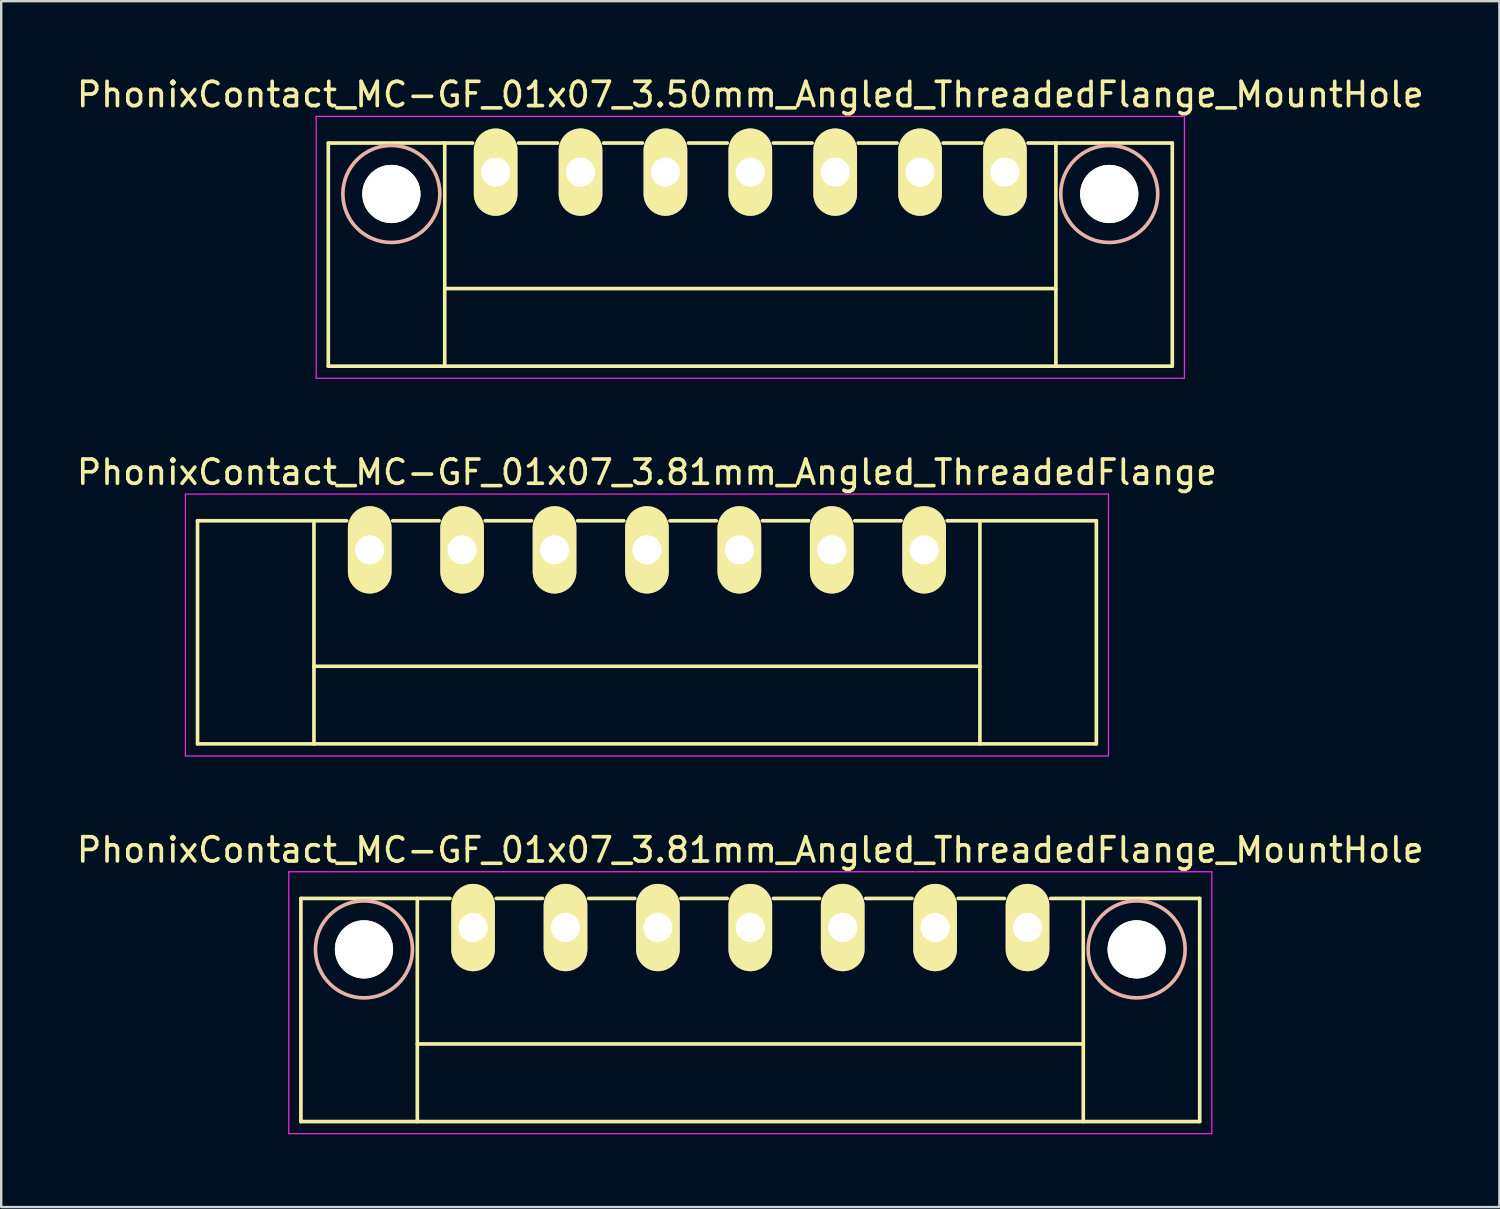
<source format=kicad_pcb>
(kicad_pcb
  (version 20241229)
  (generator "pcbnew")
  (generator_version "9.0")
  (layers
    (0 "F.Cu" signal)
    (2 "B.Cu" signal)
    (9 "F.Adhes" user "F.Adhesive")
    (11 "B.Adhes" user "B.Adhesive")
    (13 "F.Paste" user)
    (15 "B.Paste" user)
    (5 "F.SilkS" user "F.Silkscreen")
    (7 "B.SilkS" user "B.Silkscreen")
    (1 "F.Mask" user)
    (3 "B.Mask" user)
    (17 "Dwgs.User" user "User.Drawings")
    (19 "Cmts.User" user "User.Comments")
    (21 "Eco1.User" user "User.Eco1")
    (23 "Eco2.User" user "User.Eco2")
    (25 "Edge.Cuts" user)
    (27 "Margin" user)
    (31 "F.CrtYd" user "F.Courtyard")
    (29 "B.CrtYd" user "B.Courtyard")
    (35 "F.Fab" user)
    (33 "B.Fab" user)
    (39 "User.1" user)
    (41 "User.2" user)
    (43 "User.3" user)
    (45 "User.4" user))
  (footprint "PhonixContact_MC-GF_01x07_3.81mm_Angled_ThreadedFlange_MountHole"
    (layer "F.Cu")
    (at 16.457 35.195)
    (property "Reference" "PhonixContact_MC-GF_01x07_3.81mm_Angled_ThreadedFlange_MountHole" (at 11.43 -3.2 0) (layer "F.SilkS") (effects (font (size 1 1) (thickness 0.15))))
    (attr through_hole)
    (fp_line (start -7.1 -1.2) (end -7.1 8) (stroke (width 0.15) (type solid)) (layer "F.SilkS"))
    (fp_line (start -7.1 -1.2) (end -0.95 -1.2) (stroke (width 0.15) (type solid)) (layer "F.SilkS"))
    (fp_line (start -7.1 8) (end 29.96 8) (stroke (width 0.15) (type solid)) (layer "F.SilkS"))
    (fp_line (start -2.3 -1.2) (end -2.3 8) (stroke (width 0.15) (type solid)) (layer "F.SilkS"))
    (fp_line (start -2.3 4.8) (end 25.16 4.8) (stroke (width 0.15) (type solid)) (layer "F.SilkS"))
    (fp_line (start 0.95 -1.2) (end 2.86 -1.2) (stroke (width 0.15) (type solid)) (layer "F.SilkS"))
    (fp_line (start 4.76 -1.2) (end 6.67 -1.2) (stroke (width 0.15) (type solid)) (layer "F.SilkS"))
    (fp_line (start 8.57 -1.2) (end 10.48 -1.2) (stroke (width 0.15) (type solid)) (layer "F.SilkS"))
    (fp_line (start 12.38 -1.2) (end 14.29 -1.2) (stroke (width 0.15) (type solid)) (layer "F.SilkS"))
    (fp_line (start 16.19 -1.2) (end 18.1 -1.2) (stroke (width 0.15) (type solid)) (layer "F.SilkS"))
    (fp_line (start 20 -1.2) (end 21.91 -1.2) (stroke (width 0.15) (type solid)) (layer "F.SilkS"))
    (fp_line (start 25.16 -1.2) (end 25.16 8) (stroke (width 0.15) (type solid)) (layer "F.SilkS"))
    (fp_line (start 29.96 -1.2) (end 23.81 -1.2) (stroke (width 0.15) (type solid)) (layer "F.SilkS"))
    (fp_line (start 29.96 8) (end 29.96 -1.2) (stroke (width 0.15) (type solid)) (layer "F.SilkS"))
    (fp_circle (center -4.5 0.9) (end -2.5 0.9) (stroke (width 0.15) (type solid)) (fill no) (layer "B.SilkS"))
    (fp_circle (center 27.36 0.9) (end 29.36 0.9) (stroke (width 0.15) (type solid)) (fill no) (layer "B.SilkS"))
    (fp_line (start -7.6 -2.3) (end -7.6 8.5) (stroke (width 0.05) (type solid)) (layer "F.CrtYd"))
    (fp_line (start -7.6 8.5) (end 30.46 8.5) (stroke (width 0.05) (type solid)) (layer "F.CrtYd"))
    (fp_line (start 30.46 -2.3) (end -7.6 -2.3) (stroke (width 0.05) (type solid)) (layer "F.CrtYd"))
    (fp_line (start 30.46 8.5) (end 30.46 -2.3) (stroke (width 0.05) (type solid)) (layer "F.CrtYd"))
    (pad "" np_thru_hole circle (at -4.5 0.9) (size 2.4 2.4) (drill 2.4) (layers "*.Cu" "*.Mask" "F.SilkS"))
    (pad "" np_thru_hole circle (at 27.36 0.9) (size 2.4 2.4) (drill 2.4) (layers "*.Cu" "*.Mask" "F.SilkS"))
    (pad "1" thru_hole oval (at 0 0) (size 1.8 3.6) (drill 1.2) (layers "*.Cu" "*.Mask" "F.SilkS"))
    (pad "2" thru_hole oval (at 3.81 0) (size 1.8 3.6) (drill 1.2) (layers "*.Cu" "*.Mask" "F.SilkS"))
    (pad "3" thru_hole oval (at 7.62 0) (size 1.8 3.6) (drill 1.2) (layers "*.Cu" "*.Mask" "F.SilkS"))
    (pad "4" thru_hole oval (at 11.43 0) (size 1.8 3.6) (drill 1.2) (layers "*.Cu" "*.Mask" "F.SilkS"))
    (pad "5" thru_hole oval (at 15.24 0) (size 1.8 3.6) (drill 1.2) (layers "*.Cu" "*.Mask" "F.SilkS"))
    (pad "6" thru_hole oval (at 19.05 0) (size 1.8 3.6) (drill 1.2) (layers "*.Cu" "*.Mask" "F.SilkS"))
    (pad "7" thru_hole oval (at 22.86 0) (size 1.8 3.6) (drill 1.2) (layers "*.Cu" "*.Mask" "F.SilkS")))
  (footprint "PhonixContact_MC-GF_01x07_3.81mm_Angled_ThreadedFlange"
    (layer "F.Cu")
    (at 12.195 19.622)
    (property "Reference" "PhonixContact_MC-GF_01x07_3.81mm_Angled_ThreadedFlange" (at 11.43 -3.2 0) (layer "F.SilkS") (effects (font (size 1 1) (thickness 0.15))))
    (attr through_hole)
    (fp_line (start -7.1 -1.2) (end -7.1 8) (stroke (width 0.15) (type solid)) (layer "F.SilkS"))
    (fp_line (start -7.1 -1.2) (end -0.95 -1.2) (stroke (width 0.15) (type solid)) (layer "F.SilkS"))
    (fp_line (start -7.1 8) (end 29.96 8) (stroke (width 0.15) (type solid)) (layer "F.SilkS"))
    (fp_line (start -2.3 -1.2) (end -2.3 8) (stroke (width 0.15) (type solid)) (layer "F.SilkS"))
    (fp_line (start -2.3 4.8) (end 25.16 4.8) (stroke (width 0.15) (type solid)) (layer "F.SilkS"))
    (fp_line (start 0.95 -1.2) (end 2.86 -1.2) (stroke (width 0.15) (type solid)) (layer "F.SilkS"))
    (fp_line (start 4.76 -1.2) (end 6.67 -1.2) (stroke (width 0.15) (type solid)) (layer "F.SilkS"))
    (fp_line (start 8.57 -1.2) (end 10.48 -1.2) (stroke (width 0.15) (type solid)) (layer "F.SilkS"))
    (fp_line (start 12.38 -1.2) (end 14.29 -1.2) (stroke (width 0.15) (type solid)) (layer "F.SilkS"))
    (fp_line (start 16.19 -1.2) (end 18.1 -1.2) (stroke (width 0.15) (type solid)) (layer "F.SilkS"))
    (fp_line (start 20 -1.2) (end 21.91 -1.2) (stroke (width 0.15) (type solid)) (layer "F.SilkS"))
    (fp_line (start 25.16 -1.2) (end 25.16 8) (stroke (width 0.15) (type solid)) (layer "F.SilkS"))
    (fp_line (start 29.96 -1.2) (end 23.81 -1.2) (stroke (width 0.15) (type solid)) (layer "F.SilkS"))
    (fp_line (start 29.96 8) (end 29.96 -1.2) (stroke (width 0.15) (type solid)) (layer "F.SilkS"))
    (fp_line (start -7.6 -2.3) (end -7.6 8.5) (stroke (width 0.05) (type solid)) (layer "F.CrtYd"))
    (fp_line (start -7.6 8.5) (end 30.46 8.5) (stroke (width 0.05) (type solid)) (layer "F.CrtYd"))
    (fp_line (start 30.46 -2.3) (end -7.6 -2.3) (stroke (width 0.05) (type solid)) (layer "F.CrtYd"))
    (fp_line (start 30.46 8.5) (end 30.46 -2.3) (stroke (width 0.05) (type solid)) (layer "F.CrtYd"))
    (pad "1" thru_hole oval (at 0 0) (size 1.8 3.6) (drill 1.2) (layers "*.Cu" "*.Mask" "F.SilkS"))
    (pad "2" thru_hole oval (at 3.81 0) (size 1.8 3.6) (drill 1.2) (layers "*.Cu" "*.Mask" "F.SilkS"))
    (pad "3" thru_hole oval (at 7.62 0) (size 1.8 3.6) (drill 1.2) (layers "*.Cu" "*.Mask" "F.SilkS"))
    (pad "4" thru_hole oval (at 11.43 0) (size 1.8 3.6) (drill 1.2) (layers "*.Cu" "*.Mask" "F.SilkS"))
    (pad "5" thru_hole oval (at 15.24 0) (size 1.8 3.6) (drill 1.2) (layers "*.Cu" "*.Mask" "F.SilkS"))
    (pad "6" thru_hole oval (at 19.05 0) (size 1.8 3.6) (drill 1.2) (layers "*.Cu" "*.Mask" "F.SilkS"))
    (pad "7" thru_hole oval (at 22.86 0) (size 1.8 3.6) (drill 1.2) (layers "*.Cu" "*.Mask" "F.SilkS")))
  (footprint "PhonixContact_MC-GF_01x07_3.50mm_Angled_ThreadedFlange_MountHole"
    (layer "F.Cu")
    (at 17.387 4.048)
    (property "Reference" "PhonixContact_MC-GF_01x07_3.50mm_Angled_ThreadedFlange_MountHole" (at 10.5 -3.2 0) (layer "F.SilkS") (effects (font (size 1 1) (thickness 0.15))))
    (attr through_hole)
    (fp_line (start -6.9 -1.2) (end -6.9 8) (stroke (width 0.15) (type solid)) (layer "F.SilkS"))
    (fp_line (start -6.9 -1.2) (end -0.95 -1.2) (stroke (width 0.15) (type solid)) (layer "F.SilkS"))
    (fp_line (start -6.9 8) (end 27.9 8) (stroke (width 0.15) (type solid)) (layer "F.SilkS"))
    (fp_line (start -2.1 -1.2) (end -2.1 8) (stroke (width 0.15) (type solid)) (layer "F.SilkS"))
    (fp_line (start -2.1 4.8) (end 23.1 4.8) (stroke (width 0.15) (type solid)) (layer "F.SilkS"))
    (fp_line (start 0.95 -1.2) (end 2.55 -1.2) (stroke (width 0.15) (type solid)) (layer "F.SilkS"))
    (fp_line (start 4.45 -1.2) (end 6.05 -1.2) (stroke (width 0.15) (type solid)) (layer "F.SilkS"))
    (fp_line (start 7.95 -1.2) (end 9.55 -1.2) (stroke (width 0.15) (type solid)) (layer "F.SilkS"))
    (fp_line (start 11.45 -1.2) (end 13.05 -1.2) (stroke (width 0.15) (type solid)) (layer "F.SilkS"))
    (fp_line (start 14.95 -1.2) (end 16.55 -1.2) (stroke (width 0.15) (type solid)) (layer "F.SilkS"))
    (fp_line (start 18.45 -1.2) (end 20.05 -1.2) (stroke (width 0.15) (type solid)) (layer "F.SilkS"))
    (fp_line (start 23.1 -1.2) (end 23.1 8) (stroke (width 0.15) (type solid)) (layer "F.SilkS"))
    (fp_line (start 27.9 -1.2) (end 21.95 -1.2) (stroke (width 0.15) (type solid)) (layer "F.SilkS"))
    (fp_line (start 27.9 8) (end 27.9 -1.2) (stroke (width 0.15) (type solid)) (layer "F.SilkS"))
    (fp_circle (center -4.3 0.9) (end -2.3 0.9) (stroke (width 0.15) (type solid)) (fill no) (layer "B.SilkS"))
    (fp_circle (center 25.3 0.9) (end 27.3 0.9) (stroke (width 0.15) (type solid)) (fill no) (layer "B.SilkS"))
    (fp_line (start -7.4 -2.3) (end -7.4 8.5) (stroke (width 0.05) (type solid)) (layer "F.CrtYd"))
    (fp_line (start -7.4 8.5) (end 28.4 8.5) (stroke (width 0.05) (type solid)) (layer "F.CrtYd"))
    (fp_line (start 28.4 -2.3) (end -7.4 -2.3) (stroke (width 0.05) (type solid)) (layer "F.CrtYd"))
    (fp_line (start 28.4 8.5) (end 28.4 -2.3) (stroke (width 0.05) (type solid)) (layer "F.CrtYd"))
    (pad "" np_thru_hole circle (at -4.3 0.9) (size 2.4 2.4) (drill 2.4) (layers "*.Cu" "*.Mask" "F.SilkS"))
    (pad "" np_thru_hole circle (at 25.3 0.9) (size 2.4 2.4) (drill 2.4) (layers "*.Cu" "*.Mask" "F.SilkS"))
    (pad "1" thru_hole oval (at 0 0) (size 1.8 3.6) (drill 1.2) (layers "*.Cu" "*.Mask" "F.SilkS"))
    (pad "2" thru_hole oval (at 3.5 0) (size 1.8 3.6) (drill 1.2) (layers "*.Cu" "*.Mask" "F.SilkS"))
    (pad "3" thru_hole oval (at 7 0) (size 1.8 3.6) (drill 1.2) (layers "*.Cu" "*.Mask" "F.SilkS"))
    (pad "4" thru_hole oval (at 10.5 0) (size 1.8 3.6) (drill 1.2) (layers "*.Cu" "*.Mask" "F.SilkS"))
    (pad "5" thru_hole oval (at 14 0) (size 1.8 3.6) (drill 1.2) (layers "*.Cu" "*.Mask" "F.SilkS"))
    (pad "6" thru_hole oval (at 17.5 0) (size 1.8 3.6) (drill 1.2) (layers "*.Cu" "*.Mask" "F.SilkS"))
    (pad "7" thru_hole oval (at 21 0) (size 1.8 3.6) (drill 1.2) (layers "*.Cu" "*.Mask" "F.SilkS")))
  (gr_rect
    (start -3 -3)
    (end 58.774 46.72)
    (stroke (width 0.1) (type default))
    (fill no)
    (layer "Edge.Cuts")))
</source>
